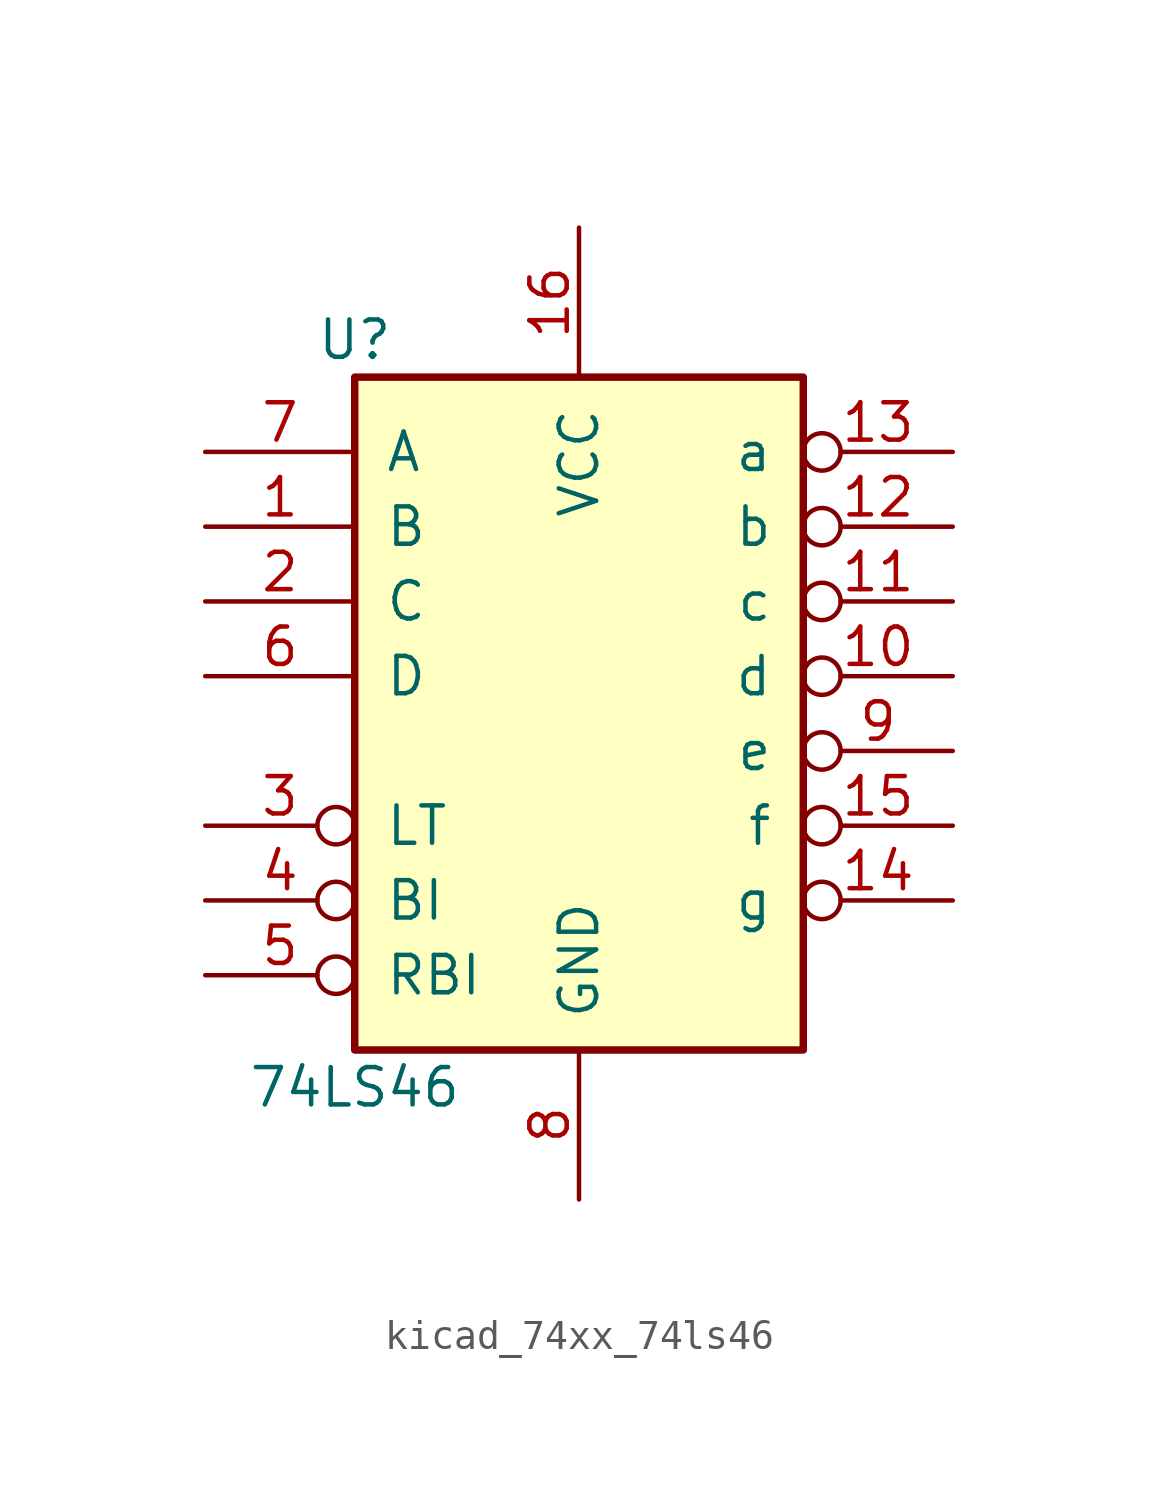
<source format=kicad_sym>
(kicad_symbol_lib
  (version 20220914)
  (generator kicad_symbol_editor)
  (symbol "kicad_74xx_74ls46"
    (pin_names
      (offset 1.016))
    (property "Reference" "U"
      (at -7.62 11.43 0)
      (effects (font (size 1.27 1.27))))
    (property "Value" "74LS46"
      (at -7.62 -13.97 0)
      (effects (font (size 1.27 1.27))))
    (property "ki_locked" ""
      (at 0 0 0)
      (effects (font (size 1.27 1.27))))
    (symbol "kicad_74xx_74ls46_1_0"
      (pin input line (at -12.7 5.08 0) (length 5.08) (name "B" (effects (font (size 1.27 1.27)))) (number "1" (effects (font (size 1.27 1.27)))))
      (pin open_collector inverted (at 12.7 0 180) (length 5.08) (name "d" (effects (font (size 1.27 1.27)))) (number "10" (effects (font (size 1.27 1.27)))))
      (pin open_collector inverted (at 12.7 2.54 180) (length 5.08) (name "c" (effects (font (size 1.27 1.27)))) (number "11" (effects (font (size 1.27 1.27)))))
      (pin open_collector inverted (at 12.7 5.08 180) (length 5.08) (name "b" (effects (font (size 1.27 1.27)))) (number "12" (effects (font (size 1.27 1.27)))))
      (pin open_collector inverted (at 12.7 7.62 180) (length 5.08) (name "a" (effects (font (size 1.27 1.27)))) (number "13" (effects (font (size 1.27 1.27)))))
      (pin open_collector inverted (at 12.7 -7.62 180) (length 5.08) (name "g" (effects (font (size 1.27 1.27)))) (number "14" (effects (font (size 1.27 1.27)))))
      (pin open_collector inverted (at 12.7 -5.08 180) (length 5.08) (name "f" (effects (font (size 1.27 1.27)))) (number "15" (effects (font (size 1.27 1.27)))))
      (pin power_in line (at 0 15.24 270) (length 5.08) (name "VCC" (effects (font (size 1.27 1.27)))) (number "16" (effects (font (size 1.27 1.27)))))
      (pin input line (at -12.7 2.54 0) (length 5.08) (name "C" (effects (font (size 1.27 1.27)))) (number "2" (effects (font (size 1.27 1.27)))))
      (pin input inverted (at -12.7 -5.08 0) (length 5.08) (name "LT" (effects (font (size 1.27 1.27)))) (number "3" (effects (font (size 1.27 1.27)))))
      (pin input inverted (at -12.7 -7.62 0) (length 5.08) (name "BI" (effects (font (size 1.27 1.27)))) (number "4" (effects (font (size 1.27 1.27)))))
      (pin input inverted (at -12.7 -10.16 0) (length 5.08) (name "RBI" (effects (font (size 1.27 1.27)))) (number "5" (effects (font (size 1.27 1.27)))))
      (pin input line (at -12.7 0 0) (length 5.08) (name "D" (effects (font (size 1.27 1.27)))) (number "6" (effects (font (size 1.27 1.27)))))
      (pin input line (at -12.7 7.62 0) (length 5.08) (name "A" (effects (font (size 1.27 1.27)))) (number "7" (effects (font (size 1.27 1.27)))))
      (pin power_in line (at 0 -17.78 90) (length 5.08) (name "GND" (effects (font (size 1.27 1.27)))) (number "8" (effects (font (size 1.27 1.27)))))
      (pin open_collector inverted (at 12.7 -2.54 180) (length 5.08) (name "e" (effects (font (size 1.27 1.27)))) (number "9" (effects (font (size 1.27 1.27))))))
    (symbol "kicad_74xx_74ls46_1_1"
      (rectangle (start -7.62 10.16) (end 7.62 -12.7) (stroke (width 0.254) (type default)) (fill (type background))))))
</source>
